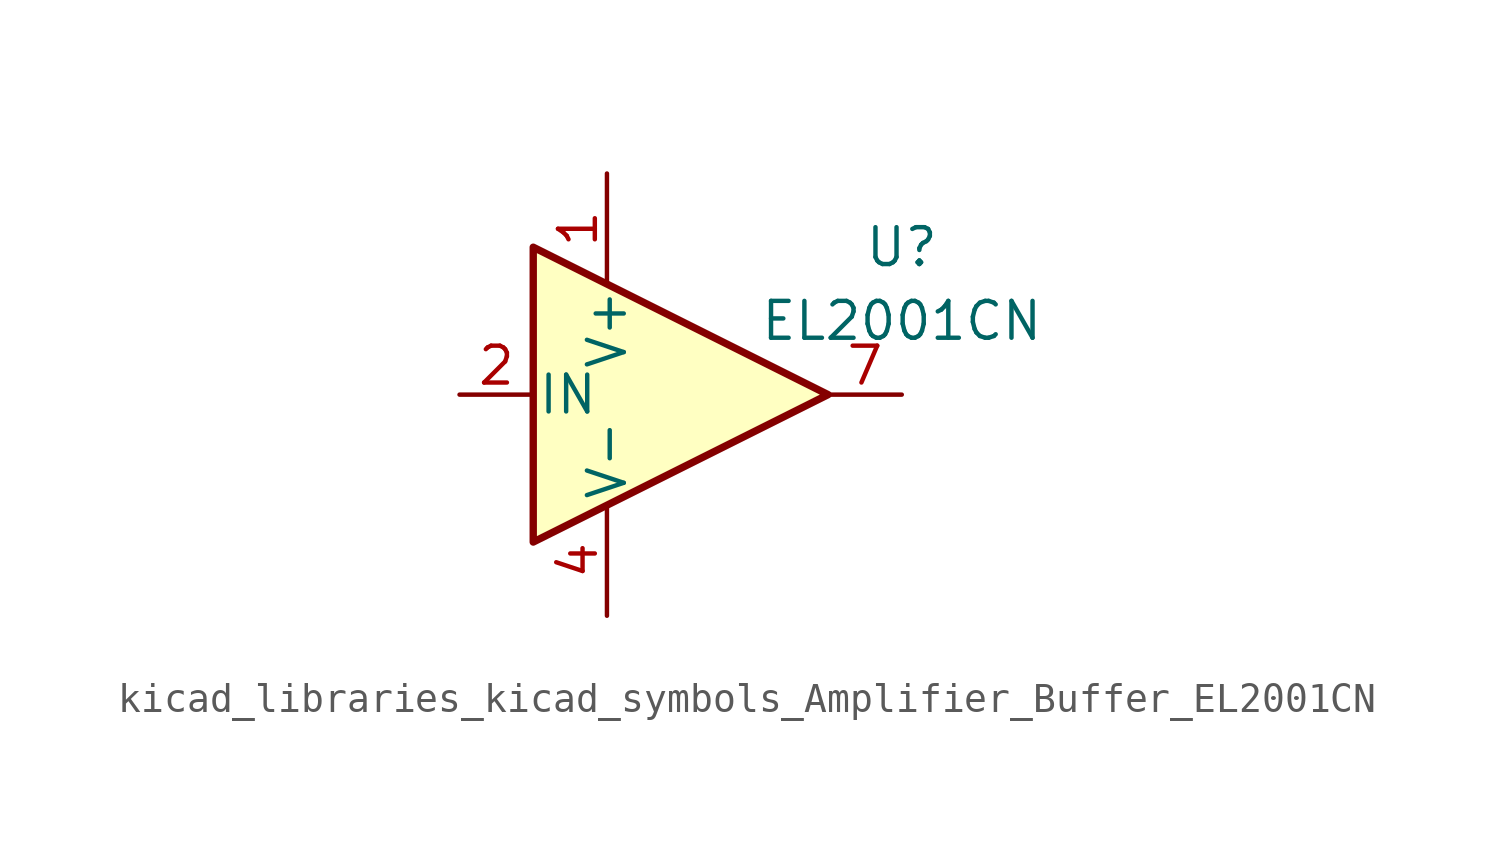
<source format=kicad_sym>
(kicad_symbol_lib
  (version 20220914)
  (generator kicad_symbol_editor)
  (symbol "kicad_libraries_kicad_symbols_Amplifier_Buffer_EL2001CN"
    (pin_names
      (offset 0.127))
    (property "Reference" "U"
      (at 7.62 5.08 0)
      (effects (font (size 1.27 1.27))))
    (property "Value" "EL2001CN"
      (at 7.62 2.54 0)
      (effects (font (size 1.27 1.27))))
    (symbol "kicad_libraries_kicad_symbols_Amplifier_Buffer_EL2001CN_0_1"
      (polyline (pts (xy 5.08 0) (xy -5.08 5.08) (xy -5.08 -5.08) (xy 5.08 0)) (stroke (width 0.254) (type default)) (fill (type background))))
    (symbol "kicad_libraries_kicad_symbols_Amplifier_Buffer_EL2001CN_1_1"
      (pin power_in line (at -2.54 7.62 270) (length 3.81) (name "V+" (effects (font (size 1.27 1.27)))) (number "1" (effects (font (size 1.27 1.27)))))
      (pin input line (at -7.62 0 0) (length 2.54) (name "IN" (effects (font (size 1.27 1.27)))) (number "2" (effects (font (size 1.27 1.27)))))
      (pin no_connect line (at -5.08 2.54 0) (length 2.54) hide (name "NC" (effects (font (size 1.27 1.27)))) (number "3" (effects (font (size 1.27 1.27)))))
      (pin power_in line (at -2.54 -7.62 90) (length 3.81) (name "V-" (effects (font (size 1.27 1.27)))) (number "4" (effects (font (size 1.27 1.27)))))
      (pin no_connect line (at -5.08 -2.54 0) (length 2.54) hide (name "NC" (effects (font (size 1.27 1.27)))) (number "5" (effects (font (size 1.27 1.27)))))
      (pin no_connect line (at -5.08 -5.08 0) (length 2.54) hide (name "NC" (effects (font (size 1.27 1.27)))) (number "6" (effects (font (size 1.27 1.27)))))
      (pin output line (at 7.62 0 180) (length 2.54) (name "~" (effects (font (size 1.27 1.27)))) (number "7" (effects (font (size 1.27 1.27)))))
      (pin no_connect line (at -5.08 5.08 0) (length 2.54) hide (name "NC" (effects (font (size 1.27 1.27)))) (number "8" (effects (font (size 1.27 1.27))))))))
</source>
